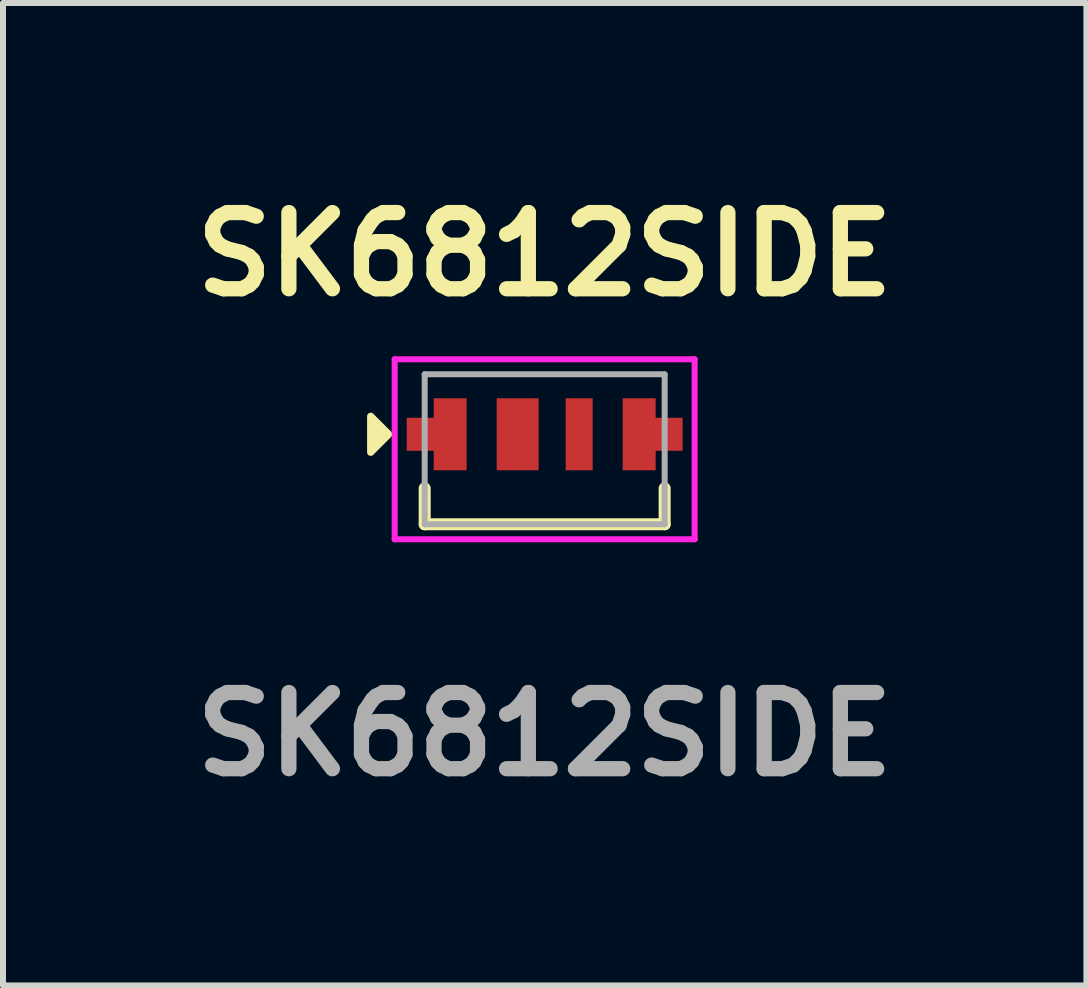
<source format=kicad_pcb>
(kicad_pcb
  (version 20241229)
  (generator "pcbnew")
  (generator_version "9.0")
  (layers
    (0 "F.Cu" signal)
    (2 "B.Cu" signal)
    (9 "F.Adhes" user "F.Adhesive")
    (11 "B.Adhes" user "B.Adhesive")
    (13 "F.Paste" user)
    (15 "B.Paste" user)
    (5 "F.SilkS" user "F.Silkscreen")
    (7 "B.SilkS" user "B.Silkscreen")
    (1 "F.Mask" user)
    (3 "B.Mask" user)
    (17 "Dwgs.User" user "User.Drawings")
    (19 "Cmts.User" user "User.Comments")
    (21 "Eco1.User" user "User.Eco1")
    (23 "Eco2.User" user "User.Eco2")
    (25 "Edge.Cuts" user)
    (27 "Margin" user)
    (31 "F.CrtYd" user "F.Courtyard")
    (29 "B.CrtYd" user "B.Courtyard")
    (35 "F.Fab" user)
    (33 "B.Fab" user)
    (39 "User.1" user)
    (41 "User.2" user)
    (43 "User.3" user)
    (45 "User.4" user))
  (footprint "SK6812SIDE"
    (layer "F.Cu")
    (at 6.029 4.189)
    (property "Reference" "SK6812SIDE" (at 0 -3 0) (layer "F.SilkS") (effects (font (size 1.27 1.27) (thickness 0.254))))
    (attr smd)
    (fp_line (start -2 1.5) (end -2 0.9) (stroke (width 0.2) (type solid)) (layer "F.SilkS"))
    (fp_line (start -2 1.5) (end 2 1.5) (stroke (width 0.2) (type solid)) (layer "F.SilkS"))
    (fp_line (start 2 1.5) (end 2 0.9) (stroke (width 0.2) (type solid)) (layer "F.SilkS"))
    (fp_poly (pts (xy -2.6 0) (xy -2.9 -0.3) (xy -2.9 0.3)) (stroke (width 0.12) (type solid)) (fill yes) (layer "F.SilkS"))
    (fp_line (start -2.5 -1.25) (end 2.5 -1.25) (stroke (width 0.1) (type solid)) (layer "F.CrtYd"))
    (fp_line (start -2.5 1.75) (end -2.5 -1.25) (stroke (width 0.1) (type solid)) (layer "F.CrtYd"))
    (fp_line (start 2.5 -1.25) (end 2.5 1.75) (stroke (width 0.1) (type solid)) (layer "F.CrtYd"))
    (fp_line (start 2.5 1.75) (end -2.5 1.75) (stroke (width 0.1) (type solid)) (layer "F.CrtYd"))
    (fp_line (start -2 -1) (end -2 1.5) (stroke (width 0.1) (type solid)) (layer "F.Fab"))
    (fp_line (start -2 1.5) (end 2 1.5) (stroke (width 0.1) (type solid)) (layer "F.Fab"))
    (fp_line (start 2 -1) (end -2 -1) (stroke (width 0.1) (type solid)) (layer "F.Fab"))
    (fp_line (start 2 1.5) (end 2 -1) (stroke (width 0.1) (type solid)) (layer "F.Fab"))
    (fp_text user "${REFERENCE}" (at 0 5 0) (layer "F.Fab") (effects (font (size 1.27 1.27) (thickness 0.254))))
    (pad "1" smd custom (at -1.575 0) (size 0.55 1.2) (layers "F.Cu" "F.Mask" "F.Paste") (options (anchor rect)) (primitives (gr_rect (start -0.725 -0.275) (end 0.225 0.275) (width 0) (fill yes))))
    (pad "2" smd rect (at -0.45 0) (size 0.7 1.2) (layers "F.Cu" "F.Mask" "F.Paste"))
    (pad "3" smd rect (at 0.575 0) (size 0.45 1.2) (layers "F.Cu" "F.Mask" "F.Paste"))
    (pad "4" smd custom (at 1.575 0) (size 0.55 1.2) (layers "F.Cu" "F.Mask" "F.Paste") (options (anchor rect)) (primitives (gr_rect (start -0.225 -0.275) (end 0.725 0.275) (width 0) (fill yes)))))
  (gr_rect
    (start -3 -3)
    (end 15.059 13.377)
    (stroke (width 0.1) (type default))
    (fill no)
    (layer "Edge.Cuts")))
</source>
